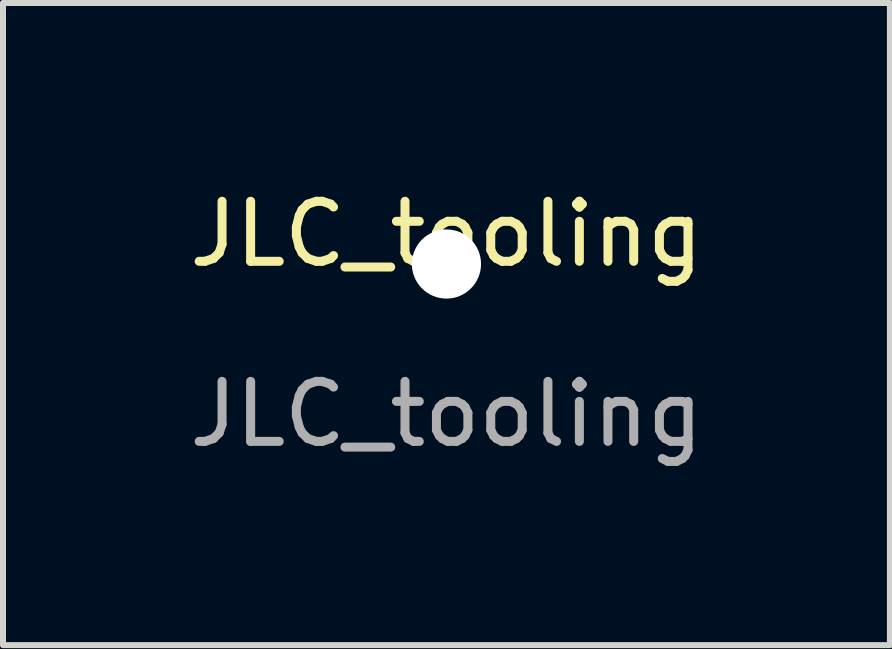
<source format=kicad_pcb>
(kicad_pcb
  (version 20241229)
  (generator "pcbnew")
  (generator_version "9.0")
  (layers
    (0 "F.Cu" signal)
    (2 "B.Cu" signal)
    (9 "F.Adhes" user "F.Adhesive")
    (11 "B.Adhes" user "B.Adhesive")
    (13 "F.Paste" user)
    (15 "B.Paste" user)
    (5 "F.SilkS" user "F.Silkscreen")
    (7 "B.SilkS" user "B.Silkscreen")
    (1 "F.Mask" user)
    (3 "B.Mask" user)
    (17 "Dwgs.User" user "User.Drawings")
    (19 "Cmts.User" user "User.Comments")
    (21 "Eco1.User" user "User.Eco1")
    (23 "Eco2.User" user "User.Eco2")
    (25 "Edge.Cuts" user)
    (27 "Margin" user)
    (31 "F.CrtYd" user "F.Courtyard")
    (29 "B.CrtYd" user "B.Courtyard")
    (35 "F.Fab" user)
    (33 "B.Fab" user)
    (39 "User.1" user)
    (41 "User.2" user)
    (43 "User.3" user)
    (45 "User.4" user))
  (footprint "JLC_tooling"
    (layer "F.Cu")
    (at 4.387 1.348)
    (property "Reference" "JLC_tooling" (at 0 -0.5 0) (unlocked yes) (layer "F.SilkS") (effects (font (size 1 1) (thickness 0.15))))
    (attr through_hole)
    (fp_text user "${REFERENCE}" (at 0 2.5 0) (unlocked yes) (layer "F.Fab") (effects (font (size 1 1) (thickness 0.15))))
    (pad "" np_thru_hole circle (at 0 0) (size 1.152 1.152) (drill 1.152) (layers "*.Cu" "*.Mask")))
  (gr_rect
    (start -3 -3)
    (end 11.774 7.697)
    (stroke (width 0.1) (type default))
    (fill no)
    (layer "Edge.Cuts")))
</source>
